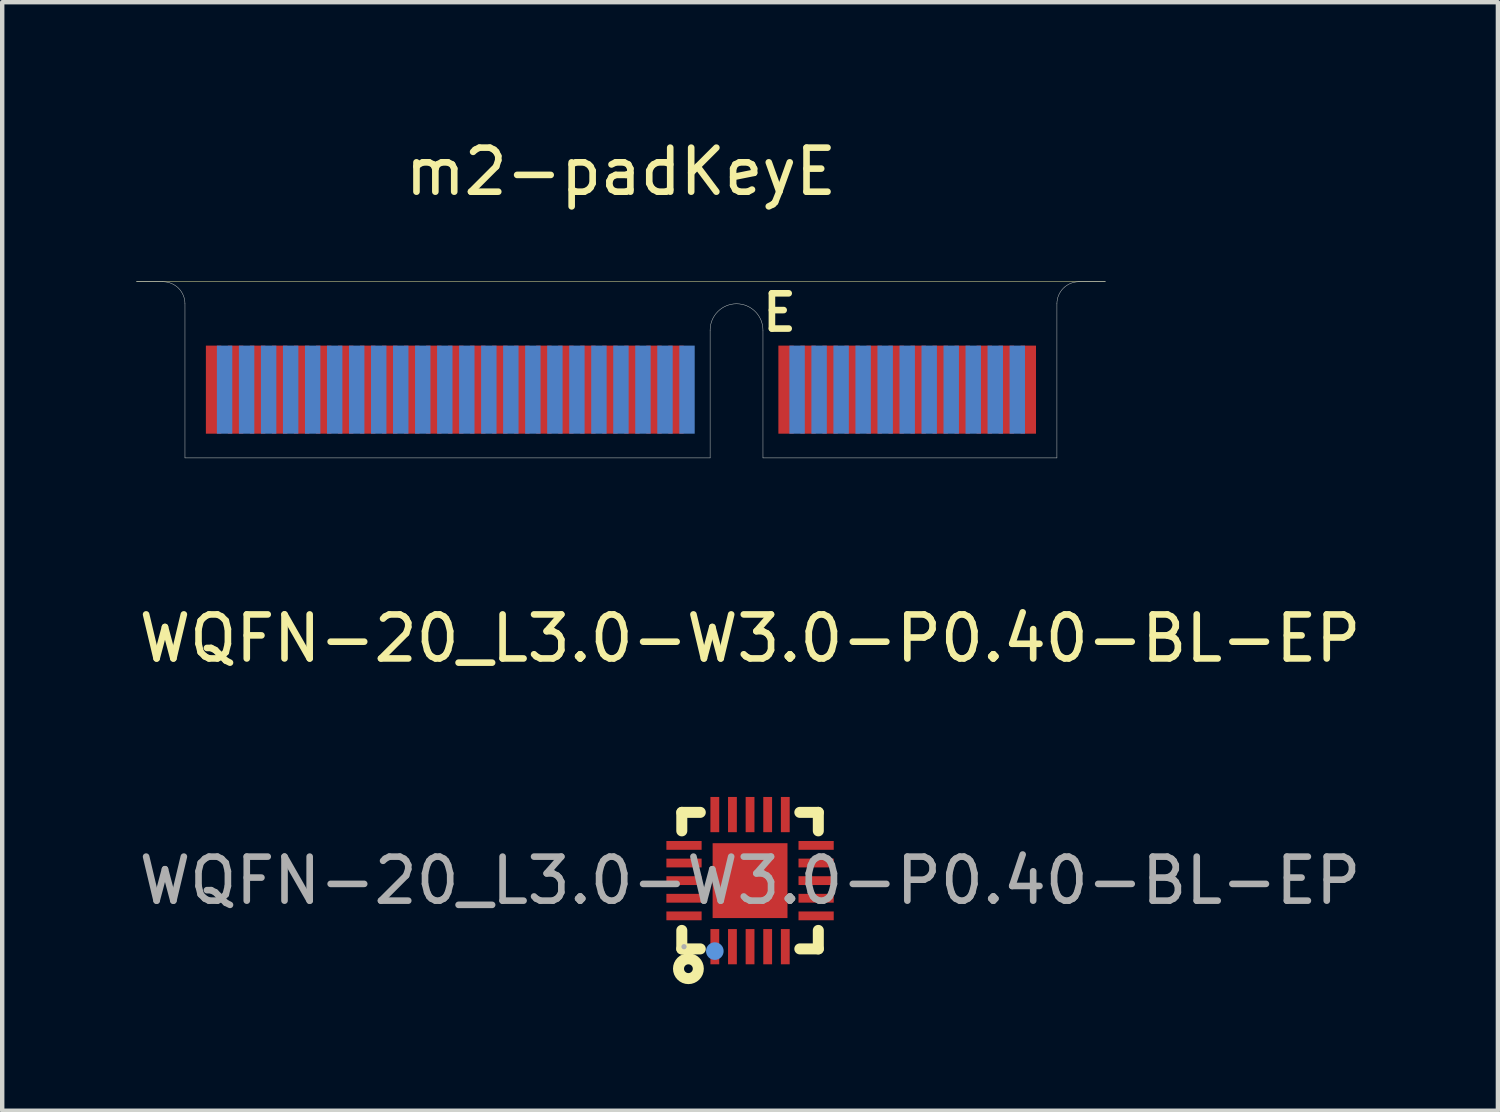
<source format=kicad_pcb>
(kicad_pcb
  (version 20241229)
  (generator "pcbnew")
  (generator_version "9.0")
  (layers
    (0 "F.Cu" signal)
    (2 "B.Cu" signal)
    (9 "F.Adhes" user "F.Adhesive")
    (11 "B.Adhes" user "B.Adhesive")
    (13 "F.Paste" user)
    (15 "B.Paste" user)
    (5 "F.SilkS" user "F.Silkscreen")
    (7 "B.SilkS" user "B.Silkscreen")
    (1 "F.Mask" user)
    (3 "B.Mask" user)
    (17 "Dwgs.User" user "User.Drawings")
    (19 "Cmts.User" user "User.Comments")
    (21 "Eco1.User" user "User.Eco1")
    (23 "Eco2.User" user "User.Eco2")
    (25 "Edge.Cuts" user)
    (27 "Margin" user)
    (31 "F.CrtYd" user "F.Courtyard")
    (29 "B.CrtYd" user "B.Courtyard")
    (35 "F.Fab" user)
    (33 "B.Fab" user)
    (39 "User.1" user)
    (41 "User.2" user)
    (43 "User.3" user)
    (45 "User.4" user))
  (footprint "WQFN-20_L3.0-W3.0-P0.40-BL-EP"
    (layer "F.Cu")
    (at 13.982 16.947)
    (property "Reference" "WQFN-20_L3.0-W3.0-P0.40-BL-EP" (at 0 -5.5 0) (layer "F.SilkS") (effects (font (size 1 1) (thickness 0.15))))
    (attr smd)
    (fp_line (start -1.55 -1.13) (end -1.55 -1.55) (stroke (width 0.25) (type solid)) (layer "F.SilkS"))
    (fp_line (start -1.55 1.55) (end -1.55 1.13) (stroke (width 0.25) (type solid)) (layer "F.SilkS"))
    (fp_line (start -1.55 1.55) (end -1.13 1.55) (stroke (width 0.25) (type solid)) (layer "F.SilkS"))
    (fp_line (start -1.13 -1.55) (end -1.55 -1.55) (stroke (width 0.25) (type solid)) (layer "F.SilkS"))
    (fp_line (start 1.13 1.55) (end 1.55 1.55) (stroke (width 0.25) (type solid)) (layer "F.SilkS"))
    (fp_line (start 1.55 -1.55) (end 1.13 -1.55) (stroke (width 0.25) (type solid)) (layer "F.SilkS"))
    (fp_line (start 1.55 -1.55) (end 1.55 -1.13) (stroke (width 0.25) (type solid)) (layer "F.SilkS"))
    (fp_line (start 1.55 1.13) (end 1.55 1.55) (stroke (width 0.25) (type solid)) (layer "F.SilkS"))
    (fp_circle (center -1.4 2) (end -1.3 2) (stroke (width 0.25) (type solid)) (fill no) (layer "F.SilkS"))
    (fp_circle (center -0.8 1.6) (end -0.7 1.6) (stroke (width 0.2) (type solid)) (fill no) (layer "Cmts.User"))
    (fp_circle (center -1.5 1.5) (end -1.47 1.5) (stroke (width 0.06) (type solid)) (fill no) (layer "F.Fab"))
    (fp_text user "${REFERENCE}" (at 0 0 0) (layer "F.Fab") (effects (font (size 1 1) (thickness 0.15))))
    (pad "1" smd rect (at -0.8 1.5 180) (size 0.2 0.8) (layers "F.Cu" "F.Mask" "F.Paste"))
    (pad "2" smd rect (at -0.4 1.5 180) (size 0.2 0.8) (layers "F.Cu" "F.Mask" "F.Paste"))
    (pad "3" smd rect (at 0 1.5 180) (size 0.2 0.8) (layers "F.Cu" "F.Mask" "F.Paste"))
    (pad "4" smd rect (at 0.4 1.5 180) (size 0.2 0.8) (layers "F.Cu" "F.Mask" "F.Paste"))
    (pad "5" smd rect (at 0.8 1.5 180) (size 0.2 0.8) (layers "F.Cu" "F.Mask" "F.Paste"))
    (pad "6" smd rect (at 1.5 0.8 90) (size 0.2 0.8) (layers "F.Cu" "F.Mask" "F.Paste"))
    (pad "7" smd rect (at 1.5 0.4 90) (size 0.2 0.8) (layers "F.Cu" "F.Mask" "F.Paste"))
    (pad "8" smd rect (at 1.5 0 90) (size 0.2 0.8) (layers "F.Cu" "F.Mask" "F.Paste"))
    (pad "9" smd rect (at 1.5 -0.4 90) (size 0.2 0.8) (layers "F.Cu" "F.Mask" "F.Paste"))
    (pad "10" smd rect (at 1.5 -0.8 90) (size 0.2 0.8) (layers "F.Cu" "F.Mask" "F.Paste"))
    (pad "11" smd rect (at 0.8 -1.5 180) (size 0.2 0.8) (layers "F.Cu" "F.Mask" "F.Paste"))
    (pad "12" smd rect (at 0.4 -1.5 180) (size 0.2 0.8) (layers "F.Cu" "F.Mask" "F.Paste"))
    (pad "13" smd rect (at 0 -1.5 180) (size 0.2 0.8) (layers "F.Cu" "F.Mask" "F.Paste"))
    (pad "14" smd rect (at -0.4 -1.5 180) (size 0.2 0.8) (layers "F.Cu" "F.Mask" "F.Paste"))
    (pad "15" smd rect (at -0.8 -1.5 180) (size 0.2 0.8) (layers "F.Cu" "F.Mask" "F.Paste"))
    (pad "16" smd rect (at -1.5 -0.8 270) (size 0.2 0.8) (layers "F.Cu" "F.Mask" "F.Paste"))
    (pad "17" smd rect (at -1.5 -0.4 270) (size 0.2 0.8) (layers "F.Cu" "F.Mask" "F.Paste"))
    (pad "18" smd rect (at -1.5 0 270) (size 0.2 0.8) (layers "F.Cu" "F.Mask" "F.Paste"))
    (pad "19" smd rect (at -1.5 0.4 270) (size 0.2 0.8) (layers "F.Cu" "F.Mask" "F.Paste"))
    (pad "20" smd rect (at -1.5 0.8 270) (size 0.2 0.8) (layers "F.Cu" "F.Mask" "F.Paste"))
    (pad "21" smd rect (at 0 0 270) (size 1.7 1.7) (layers "F.Cu" "F.Mask" "F.Paste")))
  (footprint "m2-padKeyE"
    (layer "F.Cu")
    (at 11.05 7.348)
    (property "Reference" "m2-padKeyE" (at 0 -6.5 0) (layer "F.SilkS") (effects (font (size 1 1) (thickness 0.15))))
    (attr smd)
    (fp_poly (pts (xy -11 -4) (xy -11 0) (xy 11 0) (xy 11 -4)) (stroke (width 0.1) (type solid)) (fill yes) (layer "F.Mask"))
    (fp_poly (pts (xy -11 -4) (xy -11 0) (xy 11 0) (xy 11 -4)) (stroke (width 0.1) (type solid)) (fill yes) (layer "B.Mask"))
    (fp_line (start -11 -4) (end 11 -4) (stroke (width 0.01) (type solid)) (layer "F.SilkS"))
    (fp_line (start 0 0) (end 0 -4) (stroke (width 0.01) (type solid)) (layer "Eco1.User"))
    (fp_line (start -11 -4) (end -10.4 -4) (stroke (width 0.01) (type solid)) (layer "Edge.Cuts"))
    (fp_line (start -9.9 0) (end -9.9 -3.5) (stroke (width 0.01) (type solid)) (layer "Edge.Cuts"))
    (fp_line (start -9.9 0) (end 2.025 0) (stroke (width 0.01) (type solid)) (layer "Edge.Cuts"))
    (fp_line (start 2.025 0) (end 2.025 -2.9) (stroke (width 0.01) (type solid)) (layer "Edge.Cuts"))
    (fp_line (start 3.225 0) (end 3.225 -2.9) (stroke (width 0.01) (type solid)) (layer "Edge.Cuts"))
    (fp_line (start 9.9 0) (end 3.225 0) (stroke (width 0.01) (type solid)) (layer "Edge.Cuts"))
    (fp_line (start 9.9 0) (end 9.9 -3.5) (stroke (width 0.01) (type solid)) (layer "Edge.Cuts"))
    (fp_line (start 11 -4) (end 10.4 -4) (stroke (width 0.01) (type solid)) (layer "Edge.Cuts"))
    (fp_arc (start -10.4 -4) (mid -10.046447 -3.853553) (end -9.9 -3.5) (stroke (width 0.01) (type solid)) (layer "Edge.Cuts"))
    (fp_arc (start 2.025 -2.9) (mid 2.625 -3.5) (end 3.225 -2.9) (stroke (width 0.01) (type solid)) (layer "Edge.Cuts"))
    (fp_arc (start 9.9 -3.5) (mid 10.046447 -3.853553) (end 10.4 -4) (stroke (width 0.01) (type solid)) (layer "Edge.Cuts"))
    (fp_text user "E" (at 3.6 -3.3 0) (layer "F.SilkS") (effects (font (size 0.8 0.8) (thickness 0.15))))
    (pad "1" smd rect (at 9.25 -1.55) (size 0.35 2) (layers "F.Cu" "F.Mask"))
    (pad "2" smd rect (at 9 -1.55) (size 0.35 2) (layers "B.Cu" "B.Mask"))
    (pad "3" smd rect (at 8.75 -1.55) (size 0.35 2) (layers "F.Cu" "F.Mask"))
    (pad "4" smd rect (at 8.5 -1.55) (size 0.35 2) (layers "B.Cu" "B.Mask"))
    (pad "5" smd rect (at 8.25 -1.55) (size 0.35 2) (layers "F.Cu" "F.Mask"))
    (pad "6" smd rect (at 8 -1.55) (size 0.35 2) (layers "B.Cu" "B.Mask"))
    (pad "7" smd rect (at 7.75 -1.55) (size 0.35 2) (layers "F.Cu" "F.Mask"))
    (pad "8" smd rect (at 7.5 -1.55) (size 0.35 2) (layers "B.Cu" "B.Mask"))
    (pad "9" smd rect (at 7.25 -1.55) (size 0.35 2) (layers "F.Cu" "F.Mask"))
    (pad "10" smd rect (at 7 -1.55) (size 0.35 2) (layers "B.Cu" "B.Mask"))
    (pad "11" smd rect (at 6.75 -1.55) (size 0.35 2) (layers "F.Cu" "F.Mask"))
    (pad "12" smd rect (at 6.5 -1.55) (size 0.35 2) (layers "B.Cu" "B.Mask"))
    (pad "13" smd rect (at 6.25 -1.55) (size 0.35 2) (layers "F.Cu" "F.Mask"))
    (pad "14" smd rect (at 6 -1.55) (size 0.35 2) (layers "B.Cu" "B.Mask"))
    (pad "15" smd rect (at 5.75 -1.55) (size 0.35 2) (layers "F.Cu" "F.Mask"))
    (pad "16" smd rect (at 5.5 -1.55) (size 0.35 2) (layers "B.Cu" "B.Mask"))
    (pad "17" smd rect (at 5.25 -1.55) (size 0.35 2) (layers "F.Cu" "F.Mask"))
    (pad "18" smd rect (at 5 -1.55) (size 0.35 2) (layers "B.Cu" "B.Mask"))
    (pad "19" smd rect (at 4.75 -1.55) (size 0.35 2) (layers "F.Cu" "F.Mask"))
    (pad "20" smd rect (at 4.5 -1.55) (size 0.35 2) (layers "B.Cu" "B.Mask"))
    (pad "21" smd rect (at 4.25 -1.55) (size 0.35 2) (layers "F.Cu" "F.Mask"))
    (pad "22" smd rect (at 4 -1.55) (size 0.35 2) (layers "B.Cu" "B.Mask"))
    (pad "23" smd rect (at 3.75 -1.55) (size 0.35 2) (layers "F.Cu" "F.Mask"))
    (pad "32" smd rect (at 1.5 -1.55) (size 0.35 2) (layers "B.Cu" "B.Mask"))
    (pad "33" smd rect (at 1.25 -1.55) (size 0.35 2) (layers "F.Cu" "F.Mask"))
    (pad "34" smd rect (at 1 -1.55) (size 0.35 2) (layers "B.Cu" "B.Mask"))
    (pad "35" smd rect (at 0.75 -1.55) (size 0.35 2) (layers "F.Cu" "F.Mask"))
    (pad "36" smd rect (at 0.5 -1.55) (size 0.35 2) (layers "B.Cu" "B.Mask"))
    (pad "37" smd rect (at 0.25 -1.55) (size 0.35 2) (layers "F.Cu" "F.Mask"))
    (pad "38" smd rect (at 0 -1.55) (size 0.35 2) (layers "B.Cu" "B.Mask"))
    (pad "39" smd rect (at -0.25 -1.55) (size 0.35 2) (layers "F.Cu" "F.Mask"))
    (pad "40" smd rect (at -0.5 -1.55) (size 0.35 2) (layers "B.Cu" "B.Mask"))
    (pad "41" smd rect (at -0.75 -1.55) (size 0.35 2) (layers "F.Cu" "F.Mask"))
    (pad "42" smd rect (at -1 -1.55) (size 0.35 2) (layers "B.Cu" "B.Mask"))
    (pad "43" smd rect (at -1.25 -1.55) (size 0.35 2) (layers "F.Cu" "F.Mask"))
    (pad "44" smd rect (at -1.5 -1.55) (size 0.35 2) (layers "B.Cu" "B.Mask"))
    (pad "45" smd rect (at -1.75 -1.55) (size 0.35 2) (layers "F.Cu" "F.Mask"))
    (pad "46" smd rect (at -2 -1.55) (size 0.35 2) (layers "B.Cu" "B.Mask"))
    (pad "47" smd rect (at -2.25 -1.55) (size 0.35 2) (layers "F.Cu" "F.Mask"))
    (pad "48" smd rect (at -2.5 -1.55) (size 0.35 2) (layers "B.Cu" "B.Mask"))
    (pad "49" smd rect (at -2.75 -1.55) (size 0.35 2) (layers "F.Cu" "F.Mask"))
    (pad "50" smd rect (at -3 -1.55) (size 0.35 2) (layers "B.Cu" "B.Mask"))
    (pad "51" smd rect (at -3.25 -1.55) (size 0.35 2) (layers "F.Cu" "F.Mask"))
    (pad "52" smd rect (at -3.5 -1.55) (size 0.35 2) (layers "B.Cu" "B.Mask"))
    (pad "53" smd rect (at -3.75 -1.55) (size 0.35 2) (layers "F.Cu" "F.Mask"))
    (pad "54" smd rect (at -4 -1.55) (size 0.35 2) (layers "B.Cu" "B.Mask"))
    (pad "55" smd rect (at -4.25 -1.55) (size 0.35 2) (layers "F.Cu" "F.Mask"))
    (pad "56" smd rect (at -4.5 -1.55) (size 0.35 2) (layers "B.Cu" "B.Mask"))
    (pad "57" smd rect (at -4.75 -1.55) (size 0.35 2) (layers "F.Cu" "F.Mask"))
    (pad "58" smd rect (at -5 -1.55) (size 0.35 2) (layers "B.Cu" "B.Mask"))
    (pad "59" smd rect (at -5.25 -1.55) (size 0.35 2) (layers "F.Cu" "F.Mask"))
    (pad "60" smd rect (at -5.5 -1.55) (size 0.35 2) (layers "B.Cu" "B.Mask"))
    (pad "61" smd rect (at -5.75 -1.55) (size 0.35 2) (layers "F.Cu" "F.Mask"))
    (pad "62" smd rect (at -6 -1.55) (size 0.35 2) (layers "B.Cu" "B.Mask"))
    (pad "63" smd rect (at -6.25 -1.55) (size 0.35 2) (layers "F.Cu" "F.Mask"))
    (pad "64" smd rect (at -6.5 -1.55) (size 0.35 2) (layers "B.Cu" "B.Mask"))
    (pad "65" smd rect (at -6.75 -1.55) (size 0.35 2) (layers "F.Cu" "F.Mask"))
    (pad "66" smd rect (at -7 -1.55) (size 0.35 2) (layers "B.Cu" "B.Mask"))
    (pad "67" smd rect (at -7.25 -1.55) (size 0.35 2) (layers "F.Cu" "F.Mask"))
    (pad "68" smd rect (at -7.5 -1.55) (size 0.35 2) (layers "B.Cu" "B.Mask"))
    (pad "69" smd rect (at -7.75 -1.55) (size 0.35 2) (layers "F.Cu" "F.Mask"))
    (pad "70" smd rect (at -8 -1.55) (size 0.35 2) (layers "B.Cu" "B.Mask"))
    (pad "71" smd rect (at -8.25 -1.55) (size 0.35 2) (layers "F.Cu" "F.Mask"))
    (pad "72" smd rect (at -8.5 -1.55) (size 0.35 2) (layers "B.Cu" "B.Mask"))
    (pad "73" smd rect (at -8.75 -1.55) (size 0.35 2) (layers "F.Cu" "F.Mask"))
    (pad "74" smd rect (at -9 -1.55) (size 0.35 2) (layers "B.Cu" "B.Mask"))
    (pad "75" smd rect (at -9.25 -1.55) (size 0.35 2) (layers "F.Cu" "F.Mask")))
  (gr_rect
    (start -3 -3)
    (end 30.964 22.172)
    (stroke (width 0.1) (type default))
    (fill no)
    (layer "Edge.Cuts")))
</source>
